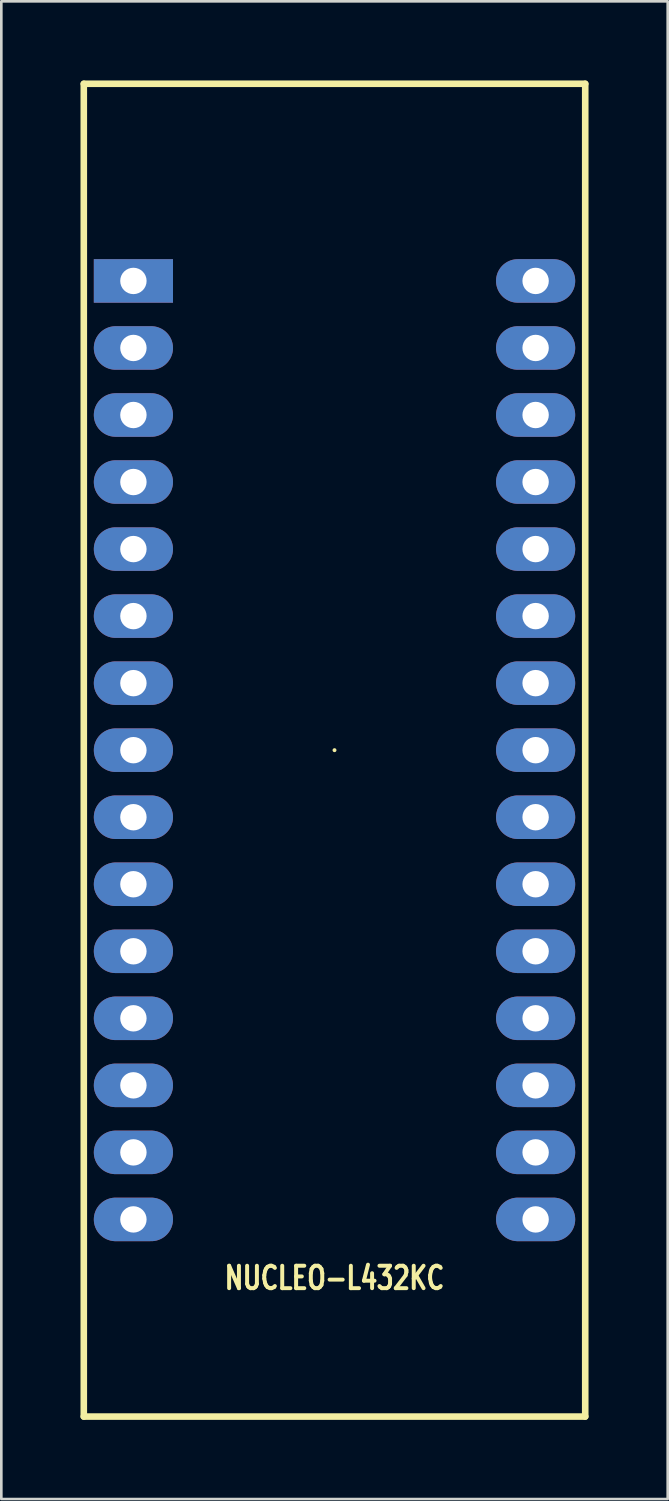
<source format=kicad_pcb>
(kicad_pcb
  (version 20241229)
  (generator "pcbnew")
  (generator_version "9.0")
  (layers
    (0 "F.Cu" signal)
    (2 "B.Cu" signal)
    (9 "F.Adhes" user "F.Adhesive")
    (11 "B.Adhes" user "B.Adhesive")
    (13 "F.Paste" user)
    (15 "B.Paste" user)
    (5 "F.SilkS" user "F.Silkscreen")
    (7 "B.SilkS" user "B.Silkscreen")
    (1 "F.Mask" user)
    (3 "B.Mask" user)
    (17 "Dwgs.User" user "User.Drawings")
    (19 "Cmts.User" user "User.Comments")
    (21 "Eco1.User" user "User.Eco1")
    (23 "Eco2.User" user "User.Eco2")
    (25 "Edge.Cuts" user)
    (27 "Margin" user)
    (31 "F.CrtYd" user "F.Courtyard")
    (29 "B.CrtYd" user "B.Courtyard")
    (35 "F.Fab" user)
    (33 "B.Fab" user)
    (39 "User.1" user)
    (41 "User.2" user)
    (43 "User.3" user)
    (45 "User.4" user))
  (footprint "NUCLEO-L432KC"
    (layer "F.Cu")
    (at 9.625 25.375)
    (property "Reference" "NUCLEO-L432KC" (at 0 20 0) (layer "F.SilkS") (effects (font (size 0.85 0.65) (thickness 0.15))))
    (attr through_hole)
    (fp_line (start -9.5 -25.25) (end 9.5 -25.25) (stroke (width 0.25) (type solid)) (layer "F.SilkS"))
    (fp_line (start -9.5 25.25) (end -9.5 -25.25) (stroke (width 0.25) (type solid)) (layer "F.SilkS"))
    (fp_line (start 0 0) (end 0 0) (stroke (width 0.15) (type solid)) (layer "F.SilkS"))
    (fp_line (start 9.5 -25.25) (end 9.5 25.25) (stroke (width 0.25) (type solid)) (layer "F.SilkS"))
    (fp_line (start 9.5 25.25) (end -9.5 25.25) (stroke (width 0.25) (type solid)) (layer "F.SilkS"))
    (pad "1" thru_hole rect (at -7.62 -17.78) (size 3 1.65) (drill 1) (layers "*.Cu" "*.Mask"))
    (pad "2" thru_hole oval (at -7.62 -15.24) (size 3 1.65) (drill 1) (layers "*.Cu" "*.Mask"))
    (pad "3" thru_hole oval (at -7.62 -12.7) (size 3 1.65) (drill 1) (layers "*.Cu" "*.Mask"))
    (pad "4" thru_hole oval (at -7.62 -10.16) (size 3 1.65) (drill 1) (layers "*.Cu" "*.Mask"))
    (pad "5" thru_hole oval (at -7.62 -7.62) (size 3 1.65) (drill 1) (layers "*.Cu" "*.Mask"))
    (pad "6" thru_hole oval (at -7.62 -5.08) (size 3 1.65) (drill 1) (layers "*.Cu" "*.Mask"))
    (pad "7" thru_hole oval (at -7.62 -2.54) (size 3 1.65) (drill 1) (layers "*.Cu" "*.Mask"))
    (pad "8" thru_hole oval (at -7.62 0) (size 3 1.65) (drill 1) (layers "*.Cu" "*.Mask"))
    (pad "9" thru_hole oval (at -7.62 2.54) (size 3 1.65) (drill 1) (layers "*.Cu" "*.Mask"))
    (pad "10" thru_hole oval (at -7.62 5.08) (size 3 1.65) (drill 1) (layers "*.Cu" "*.Mask"))
    (pad "11" thru_hole oval (at -7.62 7.62) (size 3 1.65) (drill 1) (layers "*.Cu" "*.Mask"))
    (pad "12" thru_hole oval (at -7.62 10.16) (size 3 1.65) (drill 1) (layers "*.Cu" "*.Mask"))
    (pad "13" thru_hole oval (at -7.62 12.7) (size 3 1.65) (drill 1) (layers "*.Cu" "*.Mask"))
    (pad "14" thru_hole oval (at -7.62 15.24) (size 3 1.65) (drill 1) (layers "*.Cu" "*.Mask"))
    (pad "15" thru_hole oval (at -7.62 17.78) (size 3 1.65) (drill 1) (layers "*.Cu" "*.Mask"))
    (pad "16" thru_hole oval (at 7.62 17.78) (size 3 1.65) (drill 1) (layers "*.Cu" "*.Mask"))
    (pad "17" thru_hole oval (at 7.62 15.24) (size 3 1.65) (drill 1) (layers "*.Cu" "*.Mask"))
    (pad "18" thru_hole oval (at 7.62 12.7) (size 3 1.65) (drill 1) (layers "*.Cu" "*.Mask"))
    (pad "19" thru_hole oval (at 7.62 10.16) (size 3 1.65) (drill 1) (layers "*.Cu" "*.Mask"))
    (pad "20" thru_hole oval (at 7.62 7.62) (size 3 1.65) (drill 1) (layers "*.Cu" "*.Mask"))
    (pad "21" thru_hole oval (at 7.62 5.08) (size 3 1.65) (drill 1) (layers "*.Cu" "*.Mask"))
    (pad "22" thru_hole oval (at 7.62 2.54) (size 3 1.65) (drill 1) (layers "*.Cu" "*.Mask"))
    (pad "23" thru_hole oval (at 7.62 0) (size 3 1.65) (drill 1) (layers "*.Cu" "*.Mask"))
    (pad "24" thru_hole oval (at 7.62 -2.54) (size 3 1.65) (drill 1) (layers "*.Cu" "*.Mask"))
    (pad "25" thru_hole oval (at 7.62 -5.08) (size 3 1.65) (drill 1) (layers "*.Cu" "*.Mask"))
    (pad "26" thru_hole oval (at 7.62 -7.62) (size 3 1.65) (drill 1) (layers "*.Cu" "*.Mask"))
    (pad "27" thru_hole oval (at 7.62 -10.16) (size 3 1.65) (drill 1) (layers "*.Cu" "*.Mask"))
    (pad "28" thru_hole oval (at 7.62 -12.7) (size 3 1.65) (drill 1) (layers "*.Cu" "*.Mask"))
    (pad "29" thru_hole oval (at 7.62 -15.24) (size 3 1.65) (drill 1) (layers "*.Cu" "*.Mask"))
    (pad "30" thru_hole oval (at 7.62 -17.78) (size 3 1.65) (drill 1) (layers "*.Cu" "*.Mask")))
  (gr_rect
    (start -3 -3)
    (end 22.25 53.75)
    (stroke (width 0.1) (type default))
    (fill no)
    (layer "Edge.Cuts")))
</source>
